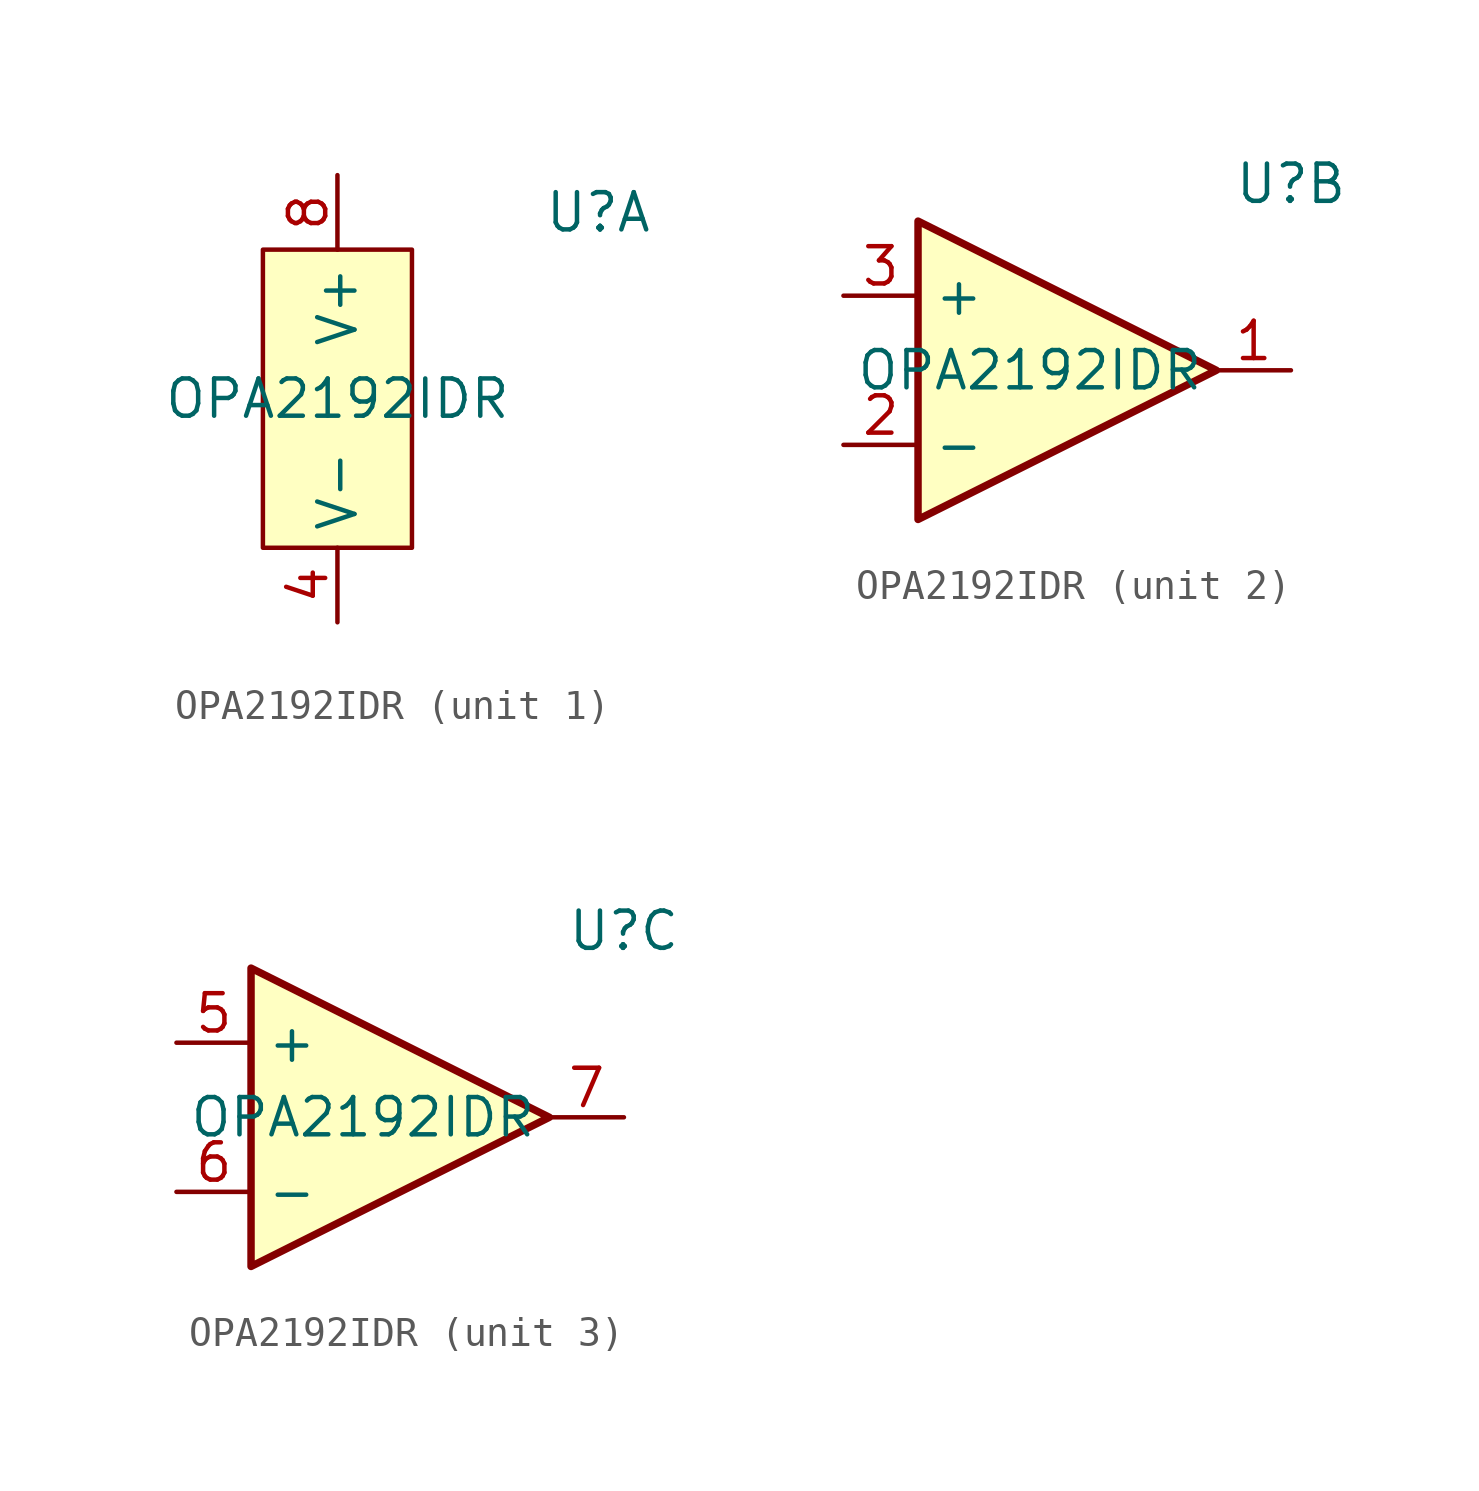
<source format=kicad_sym>
(kicad_symbol_lib
  (version 20220914)
  (generator kicad_symbol_editor)
  (symbol "OPA2192IDR"
    (property "Reference" "U"
      (at 8.89 6.35 0)
      (effects (font (size 1.27 1.27))))
    (property "Value" "OPA2192IDR"
      (at 0 0 0)
      (effects (font (size 1.27 1.27))))
    (property "ki_locked" ""
      (at 0 0 0)
      (effects (font (size 1.27 1.27))))
    (symbol "OPA2192IDR_1_1"
      (rectangle (start -2.54 5.08) (end 2.54 -5.08) (stroke (width 0) (type default)) (fill (type background)))
      (pin power_in line (at 0 -7.62 90) (length 2.54) (name "V-" (effects (font (size 1.27 1.27)))) (number "4" (effects (font (size 1.27 1.27)))))
      (pin power_in line (at 0 7.62 270) (length 2.54) (name "V+" (effects (font (size 1.27 1.27)))) (number "8" (effects (font (size 1.27 1.27))))))
    (symbol "OPA2192IDR_2_1"
      (polyline (pts (xy -3.81 5.08) (xy 6.35 0) (xy -3.81 -5.08) (xy -3.81 5.08)) (stroke (width 0.254) (type default)) (fill (type background)))
      (pin output line (at 8.89 0 180) (length 2.54) (name "~" (effects (font (size 1.27 1.27)))) (number "1" (effects (font (size 1.27 1.27)))))
      (pin input line (at -6.35 -2.54 0) (length 2.54) (name "-" (effects (font (size 1.27 1.27)))) (number "2" (effects (font (size 1.27 1.27)))))
      (pin input line (at -6.35 2.54 0) (length 2.54) (name "+" (effects (font (size 1.27 1.27)))) (number "3" (effects (font (size 1.27 1.27))))))
    (symbol "OPA2192IDR_3_1"
      (polyline (pts (xy -3.81 5.08) (xy 6.35 0) (xy -3.81 -5.08) (xy -3.81 5.08)) (stroke (width 0.254) (type default)) (fill (type background)))
      (pin input line (at -6.35 2.54 0) (length 2.54) (name "+" (effects (font (size 1.27 1.27)))) (number "5" (effects (font (size 1.27 1.27)))))
      (pin input line (at -6.35 -2.54 0) (length 2.54) (name "-" (effects (font (size 1.27 1.27)))) (number "6" (effects (font (size 1.27 1.27)))))
      (pin output line (at 8.89 0 180) (length 2.54) (name "~" (effects (font (size 1.27 1.27)))) (number "7" (effects (font (size 1.27 1.27))))))))
</source>
